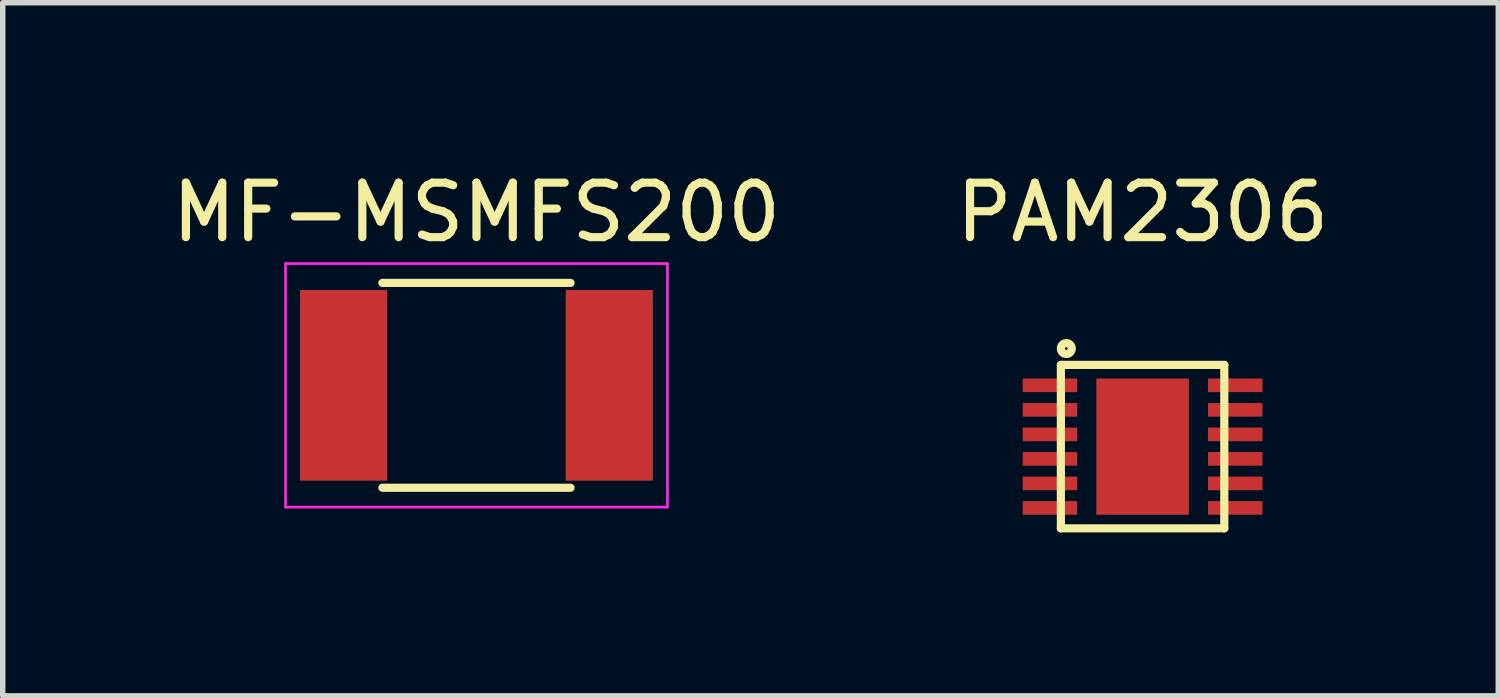
<source format=kicad_pcb>
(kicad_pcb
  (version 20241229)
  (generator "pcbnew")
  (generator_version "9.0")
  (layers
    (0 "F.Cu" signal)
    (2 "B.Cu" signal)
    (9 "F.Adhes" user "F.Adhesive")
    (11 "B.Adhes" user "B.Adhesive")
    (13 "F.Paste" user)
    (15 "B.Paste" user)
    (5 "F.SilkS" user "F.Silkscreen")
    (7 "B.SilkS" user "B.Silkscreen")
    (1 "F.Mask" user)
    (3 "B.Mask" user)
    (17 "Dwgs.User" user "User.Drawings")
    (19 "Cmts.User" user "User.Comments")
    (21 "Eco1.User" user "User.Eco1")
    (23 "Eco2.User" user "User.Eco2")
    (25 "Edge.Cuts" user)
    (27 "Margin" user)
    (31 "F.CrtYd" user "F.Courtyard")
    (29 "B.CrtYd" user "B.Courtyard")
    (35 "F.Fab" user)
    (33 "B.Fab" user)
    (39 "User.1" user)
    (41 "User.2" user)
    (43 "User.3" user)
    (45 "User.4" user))
  (footprint "PAM2306"
    (layer "F.Cu")
    (at 17.923 5.148)
    (property "Reference" "PAM2306" (at 0 -4.3 0) (layer "F.SilkS") (effects (font (size 1 1) (thickness 0.15))))
    (attr through_hole)
    (fp_line (start -1.5 -1.5) (end -1.5 1.5) (stroke (width 0.15) (type solid)) (layer "F.SilkS"))
    (fp_line (start -1.5 1.5) (end 1.5 1.5) (stroke (width 0.15) (type solid)) (layer "F.SilkS"))
    (fp_line (start 1.5 -1.5) (end -1.5 -1.5) (stroke (width 0.15) (type solid)) (layer "F.SilkS"))
    (fp_line (start 1.5 1.5) (end 1.5 -1.5) (stroke (width 0.15) (type solid)) (layer "F.SilkS"))
    (fp_circle (center -1.4 -1.8) (end -1.3 -1.8) (stroke (width 0.15) (type solid)) (fill no) (layer "F.SilkS"))
    (pad "1" smd rect (at -1.7 -1.125) (size 1 0.25) (layers "F.Cu" "F.Mask" "F.Paste"))
    (pad "2" smd rect (at -1.7 -0.675) (size 1 0.25) (layers "F.Cu" "F.Mask" "F.Paste"))
    (pad "3" smd rect (at -1.7 -0.225) (size 1 0.25) (layers "F.Cu" "F.Mask" "F.Paste"))
    (pad "4" smd rect (at -1.7 0.225) (size 1 0.25) (layers "F.Cu" "F.Mask" "F.Paste"))
    (pad "5" smd rect (at -1.7 0.675) (size 1 0.25) (layers "F.Cu" "F.Mask" "F.Paste"))
    (pad "6" smd rect (at -1.7 1.125) (size 1 0.25) (layers "F.Cu" "F.Mask" "F.Paste"))
    (pad "7" smd rect (at 1.7 1.125) (size 1 0.25) (layers "F.Cu" "F.Mask" "F.Paste"))
    (pad "8" smd rect (at 1.7 0.675) (size 1 0.25) (layers "F.Cu" "F.Mask" "F.Paste"))
    (pad "9" smd rect (at 1.7 0.225) (size 1 0.25) (layers "F.Cu" "F.Mask" "F.Paste"))
    (pad "10" smd rect (at 1.7 -0.225) (size 1 0.25) (layers "F.Cu" "F.Mask" "F.Paste"))
    (pad "11" smd rect (at 1.7 -0.675) (size 1 0.25) (layers "F.Cu" "F.Mask" "F.Paste"))
    (pad "12" smd rect (at 1.7 -1.125) (size 1 0.25) (layers "F.Cu" "F.Mask" "F.Paste"))
    (pad "13" smd rect (at 0 0) (size 1.7 2.5) (layers "F.Cu" "F.Mask" "F.Paste")))
  (footprint "MF-MSMFS200"
    (layer "F.Cu")
    (at 5.696 4.023)
    (property "Reference" "MF-MSMFS200" (at 0 -3.175 0) (layer "F.SilkS") (effects (font (size 1 1) (thickness 0.15))))
    (attr smd)
    (fp_line (start -1.727 -1.88) (end 1.727 -1.88) (stroke (width 0.15) (type solid)) (layer "F.SilkS"))
    (fp_line (start -1.727 1.88) (end 1.727 1.88) (stroke (width 0.15) (type solid)) (layer "F.SilkS"))
    (fp_line (start -3.505 -2.235) (end 3.505 -2.235) (stroke (width 0.05) (type solid)) (layer "F.CrtYd"))
    (fp_line (start -3.505 2.235) (end -3.505 -2.235) (stroke (width 0.05) (type solid)) (layer "F.CrtYd"))
    (fp_line (start 3.505 -2.235) (end 3.505 2.235) (stroke (width 0.05) (type solid)) (layer "F.CrtYd"))
    (fp_line (start 3.505 2.235) (end -3.505 2.235) (stroke (width 0.05) (type solid)) (layer "F.CrtYd"))
    (pad "1" smd rect (at -2.438 0) (size 1.6 3.5) (layers "F.Cu" "F.Mask" "F.Paste"))
    (pad "2" smd rect (at 2.438 0) (size 1.6 3.5) (layers "F.Cu" "F.Mask" "F.Paste")))
  (gr_rect
    (start -3 -3)
    (end 24.452 9.723)
    (stroke (width 0.1) (type default))
    (fill no)
    (layer "Edge.Cuts")))
</source>
